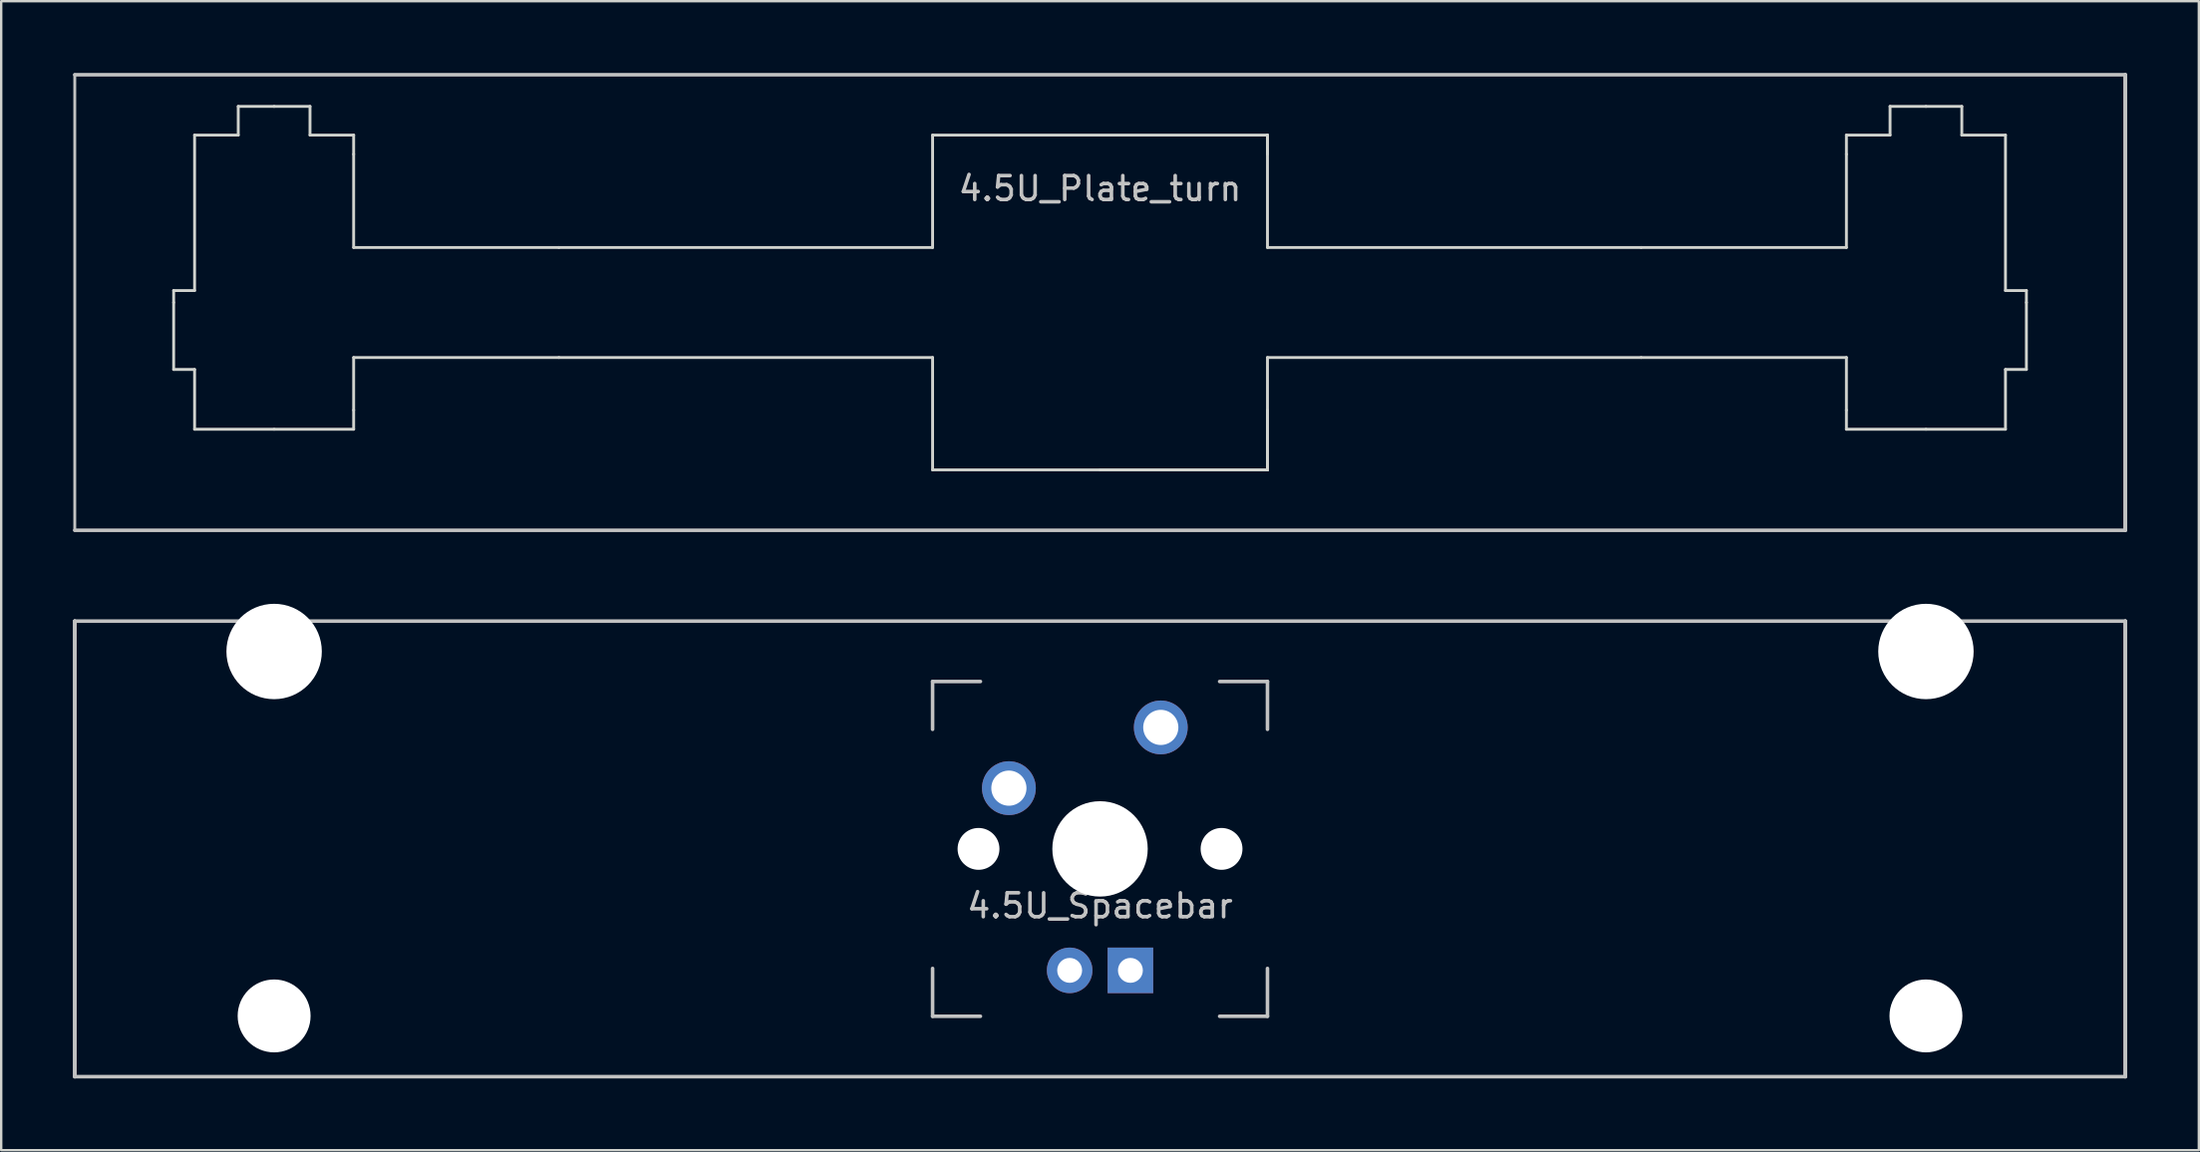
<source format=kicad_pcb>
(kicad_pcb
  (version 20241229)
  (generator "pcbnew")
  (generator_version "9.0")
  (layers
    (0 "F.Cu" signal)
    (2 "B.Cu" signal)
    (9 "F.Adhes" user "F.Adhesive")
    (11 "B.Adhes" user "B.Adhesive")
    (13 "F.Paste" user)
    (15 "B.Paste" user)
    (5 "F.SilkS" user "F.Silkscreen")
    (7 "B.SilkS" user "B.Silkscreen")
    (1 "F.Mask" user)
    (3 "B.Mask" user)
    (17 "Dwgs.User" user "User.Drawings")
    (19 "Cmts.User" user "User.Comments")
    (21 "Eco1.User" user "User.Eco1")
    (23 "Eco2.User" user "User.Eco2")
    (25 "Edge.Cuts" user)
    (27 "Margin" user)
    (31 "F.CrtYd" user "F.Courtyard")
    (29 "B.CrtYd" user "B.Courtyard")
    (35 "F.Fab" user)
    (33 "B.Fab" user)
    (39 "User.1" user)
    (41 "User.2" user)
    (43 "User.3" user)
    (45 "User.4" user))
  (footprint "4.5U_Plate_turn"
    (layer "F.Cu")
    (at 42.938 9.6)
    (property "Reference" "4.5U_Plate_turn" (at 0 -4.763 0) (unlocked yes) (layer "Dwgs.User") (effects (font (size 1 1) (thickness 0.15))))
    (attr smd)
    (fp_line (start -42.862 -9.525) (end -42.862 9.525) (stroke (width 0.12) (type solid)) (layer "Dwgs.User"))
    (fp_line (start -42.862 9.525) (end 42.862 9.525) (stroke (width 0.15) (type solid)) (layer "Dwgs.User"))
    (fp_line (start 42.862 -9.525) (end -42.862 -9.525) (stroke (width 0.15) (type solid)) (layer "Dwgs.User"))
    (fp_line (start 42.862 9.525) (end 42.862 -9.525) (stroke (width 0.15) (type solid)) (layer "Dwgs.User"))
    (fp_line (start 42.862 9.525) (end 42.862 -9.525) (stroke (width 0.15) (type solid)) (layer "Dwgs.User"))
    (fp_line (start -38.728 0) (end -38.728 -0.5) (stroke (width 0.12) (type solid)) (layer "Edge.Cuts"))
    (fp_line (start -38.728 0) (end -38.728 2.8) (stroke (width 0.12) (type solid)) (layer "Edge.Cuts"))
    (fp_line (start -37.853 -0.5) (end -38.728 -0.5) (stroke (width 0.12) (type solid)) (layer "Edge.Cuts"))
    (fp_line (start -37.853 -0.5) (end -37.853 -7) (stroke (width 0.12) (type solid)) (layer "Edge.Cuts"))
    (fp_line (start -37.853 2.8) (end -38.728 2.8) (stroke (width 0.12) (type solid)) (layer "Edge.Cuts"))
    (fp_line (start -37.853 2.8) (end -37.853 5.3) (stroke (width 0.12) (type solid)) (layer "Edge.Cuts"))
    (fp_line (start -37.853 5.3) (end -34.528 5.3) (stroke (width 0.12) (type solid)) (layer "Edge.Cuts"))
    (fp_line (start -36.028 -8.2) (end -34.528 -8.2) (stroke (width 0.12) (type solid)) (layer "Edge.Cuts"))
    (fp_line (start -36.028 -7) (end -37.853 -7) (stroke (width 0.12) (type solid)) (layer "Edge.Cuts"))
    (fp_line (start -36.028 -7) (end -36.028 -8.2) (stroke (width 0.12) (type solid)) (layer "Edge.Cuts"))
    (fp_line (start -34.528 -8.2) (end -33.028 -8.2) (stroke (width 0.12) (type solid)) (layer "Edge.Cuts"))
    (fp_line (start -34.528 5.3) (end -31.203 5.3) (stroke (width 0.12) (type solid)) (layer "Edge.Cuts"))
    (fp_line (start -33.028 -7) (end -33.028 -8.2) (stroke (width 0.12) (type solid)) (layer "Edge.Cuts"))
    (fp_line (start -33.028 -7) (end -31.203 -7) (stroke (width 0.12) (type solid)) (layer "Edge.Cuts"))
    (fp_line (start -31.203 -7) (end -31.203 -6.2) (stroke (width 0.12) (type solid)) (layer "Edge.Cuts"))
    (fp_line (start -31.203 -2.3) (end -31.203 -6.2) (stroke (width 0.12) (type solid)) (layer "Edge.Cuts"))
    (fp_line (start -31.203 -2.3) (end -22.622 -2.3) (stroke (width 0.12) (type solid)) (layer "Edge.Cuts"))
    (fp_line (start -31.203 2.3) (end -31.203 4.5) (stroke (width 0.12) (type solid)) (layer "Edge.Cuts"))
    (fp_line (start -31.203 2.3) (end -22.622 2.3) (stroke (width 0.12) (type solid)) (layer "Edge.Cuts"))
    (fp_line (start -31.203 5.3) (end -31.203 4.5) (stroke (width 0.12) (type solid)) (layer "Edge.Cuts"))
    (fp_line (start -22.622 -2.3) (end -7 -2.3) (stroke (width 0.12) (type solid)) (layer "Edge.Cuts"))
    (fp_line (start -22.622 2.3) (end -7 2.3) (stroke (width 0.12) (type solid)) (layer "Edge.Cuts"))
    (fp_line (start -7 -7) (end -7 -2.3) (stroke (width 0.12) (type solid)) (layer "Edge.Cuts"))
    (fp_line (start -7 -7) (end 7 -7) (stroke (width 0.12) (type solid)) (layer "Edge.Cuts"))
    (fp_line (start -7 2.3) (end -7 7) (stroke (width 0.12) (type solid)) (layer "Edge.Cuts"))
    (fp_line (start 7 -7) (end 7 -2.3) (stroke (width 0.12) (type solid)) (layer "Edge.Cuts"))
    (fp_line (start 7 -6.2) (end 7 -7) (stroke (width 0.12) (type solid)) (layer "Edge.Cuts"))
    (fp_line (start 7 -2.3) (end 22.622 -2.3) (stroke (width 0.12) (type solid)) (layer "Edge.Cuts"))
    (fp_line (start 7 2.3) (end 22.622 2.3) (stroke (width 0.12) (type solid)) (layer "Edge.Cuts"))
    (fp_line (start 7 4.5) (end 7 7) (stroke (width 0.12) (type solid)) (layer "Edge.Cuts"))
    (fp_line (start 7 7) (end -7 7) (stroke (width 0.12) (type solid)) (layer "Edge.Cuts"))
    (fp_line (start 7 7) (end 0 7) (stroke (width 0.12) (type solid)) (layer "Edge.Cuts"))
    (fp_line (start 7 7) (end 7 2.3) (stroke (width 0.12) (type solid)) (layer "Edge.Cuts"))
    (fp_line (start 31.203 -7) (end 31.203 -6.2) (stroke (width 0.12) (type solid)) (layer "Edge.Cuts"))
    (fp_line (start 31.203 -2.3) (end 22.622 -2.3) (stroke (width 0.12) (type solid)) (layer "Edge.Cuts"))
    (fp_line (start 31.203 -2.3) (end 31.203 -6.2) (stroke (width 0.12) (type solid)) (layer "Edge.Cuts"))
    (fp_line (start 31.203 2.3) (end 22.622 2.3) (stroke (width 0.12) (type solid)) (layer "Edge.Cuts"))
    (fp_line (start 31.203 2.3) (end 31.203 4.5) (stroke (width 0.12) (type solid)) (layer "Edge.Cuts"))
    (fp_line (start 31.203 5.3) (end 31.203 4.5) (stroke (width 0.12) (type solid)) (layer "Edge.Cuts"))
    (fp_line (start 33.028 -7) (end 31.203 -7) (stroke (width 0.12) (type solid)) (layer "Edge.Cuts"))
    (fp_line (start 33.028 -7) (end 33.028 -8.2) (stroke (width 0.12) (type solid)) (layer "Edge.Cuts"))
    (fp_line (start 34.528 -8.2) (end 33.028 -8.2) (stroke (width 0.12) (type solid)) (layer "Edge.Cuts"))
    (fp_line (start 34.528 5.3) (end 31.203 5.3) (stroke (width 0.12) (type solid)) (layer "Edge.Cuts"))
    (fp_line (start 36.028 -8.2) (end 34.528 -8.2) (stroke (width 0.12) (type solid)) (layer "Edge.Cuts"))
    (fp_line (start 36.028 -7) (end 36.028 -8.2) (stroke (width 0.12) (type solid)) (layer "Edge.Cuts"))
    (fp_line (start 36.028 -7) (end 37.853 -7) (stroke (width 0.12) (type solid)) (layer "Edge.Cuts"))
    (fp_line (start 37.853 -0.5) (end 37.853 -7) (stroke (width 0.12) (type solid)) (layer "Edge.Cuts"))
    (fp_line (start 37.853 -0.5) (end 38.728 -0.5) (stroke (width 0.12) (type solid)) (layer "Edge.Cuts"))
    (fp_line (start 37.853 2.8) (end 37.853 5.3) (stroke (width 0.12) (type solid)) (layer "Edge.Cuts"))
    (fp_line (start 37.853 2.8) (end 38.728 2.8) (stroke (width 0.12) (type solid)) (layer "Edge.Cuts"))
    (fp_line (start 37.853 5.3) (end 34.528 5.3) (stroke (width 0.12) (type solid)) (layer "Edge.Cuts"))
    (fp_line (start 38.728 0) (end 38.728 -0.5) (stroke (width 0.12) (type solid)) (layer "Edge.Cuts"))
    (fp_line (start 38.728 0) (end 38.728 2.8) (stroke (width 0.12) (type solid)) (layer "Edge.Cuts")))
  (footprint "4.5U_Spacebar"
    (layer "F.Cu")
    (at 42.938 32.449)
    (property "Reference" "4.5U_Spacebar" (at 0 2.381 0) (unlocked yes) (layer "Dwgs.User") (effects (font (size 1 1) (thickness 0.15))))
    (attr smd)
    (fp_line (start -42.862 -9.525) (end -42.862 9.525) (stroke (width 0.15) (type solid)) (layer "Dwgs.User"))
    (fp_line (start -42.862 -9.525) (end 42.862 -9.525) (stroke (width 0.15) (type solid)) (layer "Dwgs.User"))
    (fp_line (start -42.862 9.525) (end -42.862 -9.525) (stroke (width 0.15) (type solid)) (layer "Dwgs.User"))
    (fp_line (start -7 -7) (end -7 -5) (stroke (width 0.15) (type solid)) (layer "Dwgs.User"))
    (fp_line (start -7 5) (end -7 7) (stroke (width 0.15) (type solid)) (layer "Dwgs.User"))
    (fp_line (start -7 7) (end -5 7) (stroke (width 0.15) (type solid)) (layer "Dwgs.User"))
    (fp_line (start -5 -7) (end -7 -7) (stroke (width 0.15) (type solid)) (layer "Dwgs.User"))
    (fp_line (start 5 -7) (end 7 -7) (stroke (width 0.15) (type solid)) (layer "Dwgs.User"))
    (fp_line (start 5 7) (end 7 7) (stroke (width 0.15) (type solid)) (layer "Dwgs.User"))
    (fp_line (start 7 -7) (end 7 -5) (stroke (width 0.15) (type solid)) (layer "Dwgs.User"))
    (fp_line (start 7 7) (end 7 5) (stroke (width 0.15) (type solid)) (layer "Dwgs.User"))
    (fp_line (start 42.862 -9.525) (end 42.862 9.525) (stroke (width 0.15) (type solid)) (layer "Dwgs.User"))
    (fp_line (start 42.862 9.525) (end -42.862 9.525) (stroke (width 0.15) (type solid)) (layer "Dwgs.User"))
    (fp_line (start 42.862 9.525) (end 42.862 -9.525) (stroke (width 0.15) (type solid)) (layer "Dwgs.User"))
    (pad "" np_thru_hole circle (at -34.528 -8.255) (size 3.988 3.988) (drill 3.988) (layers "*.Cu" "*.Mask"))
    (pad "" np_thru_hole circle (at -34.528 6.985) (size 3.048 3.048) (drill 3.048) (layers "*.Cu" "*.Mask"))
    (pad "" np_thru_hole circle (at -5.08 0 48.1) (size 1.75 1.75) (drill 1.75) (layers "*.Cu" "*.Mask"))
    (pad "" np_thru_hole circle (at 0 0) (size 3.988 3.988) (drill 3.988) (layers "*.Cu" "*.Mask"))
    (pad "" np_thru_hole circle (at 5.08 0 48.1) (size 1.75 1.75) (drill 1.75) (layers "*.Cu" "*.Mask"))
    (pad "" np_thru_hole circle (at 34.528 -8.255) (size 3.988 3.988) (drill 3.988) (layers "*.Cu" "*.Mask"))
    (pad "" np_thru_hole circle (at 34.528 6.985) (size 3.048 3.048) (drill 3.048) (layers "*.Cu" "*.Mask"))
    (pad "1" thru_hole circle (at -3.81 -2.54) (size 2.25 2.25) (drill 1.47) (layers "*.Cu" "B.Mask"))
    (pad "2" thru_hole circle (at 2.54 -5.08) (size 2.25 2.25) (drill 1.47) (layers "*.Cu" "B.Mask"))
    (pad "3" thru_hole circle (at -1.27 5.08) (size 1.905 1.905) (drill 1.04) (layers "*.Cu" "B.Mask"))
    (pad "4" thru_hole rect (at 1.27 5.08) (size 1.905 1.905) (drill 1.04) (layers "*.Cu" "B.Mask")))
  (gr_rect
    (start -3 -3)
    (end 88.875 45.049)
    (stroke (width 0.1) (type default))
    (fill no)
    (layer "Edge.Cuts")))
</source>
